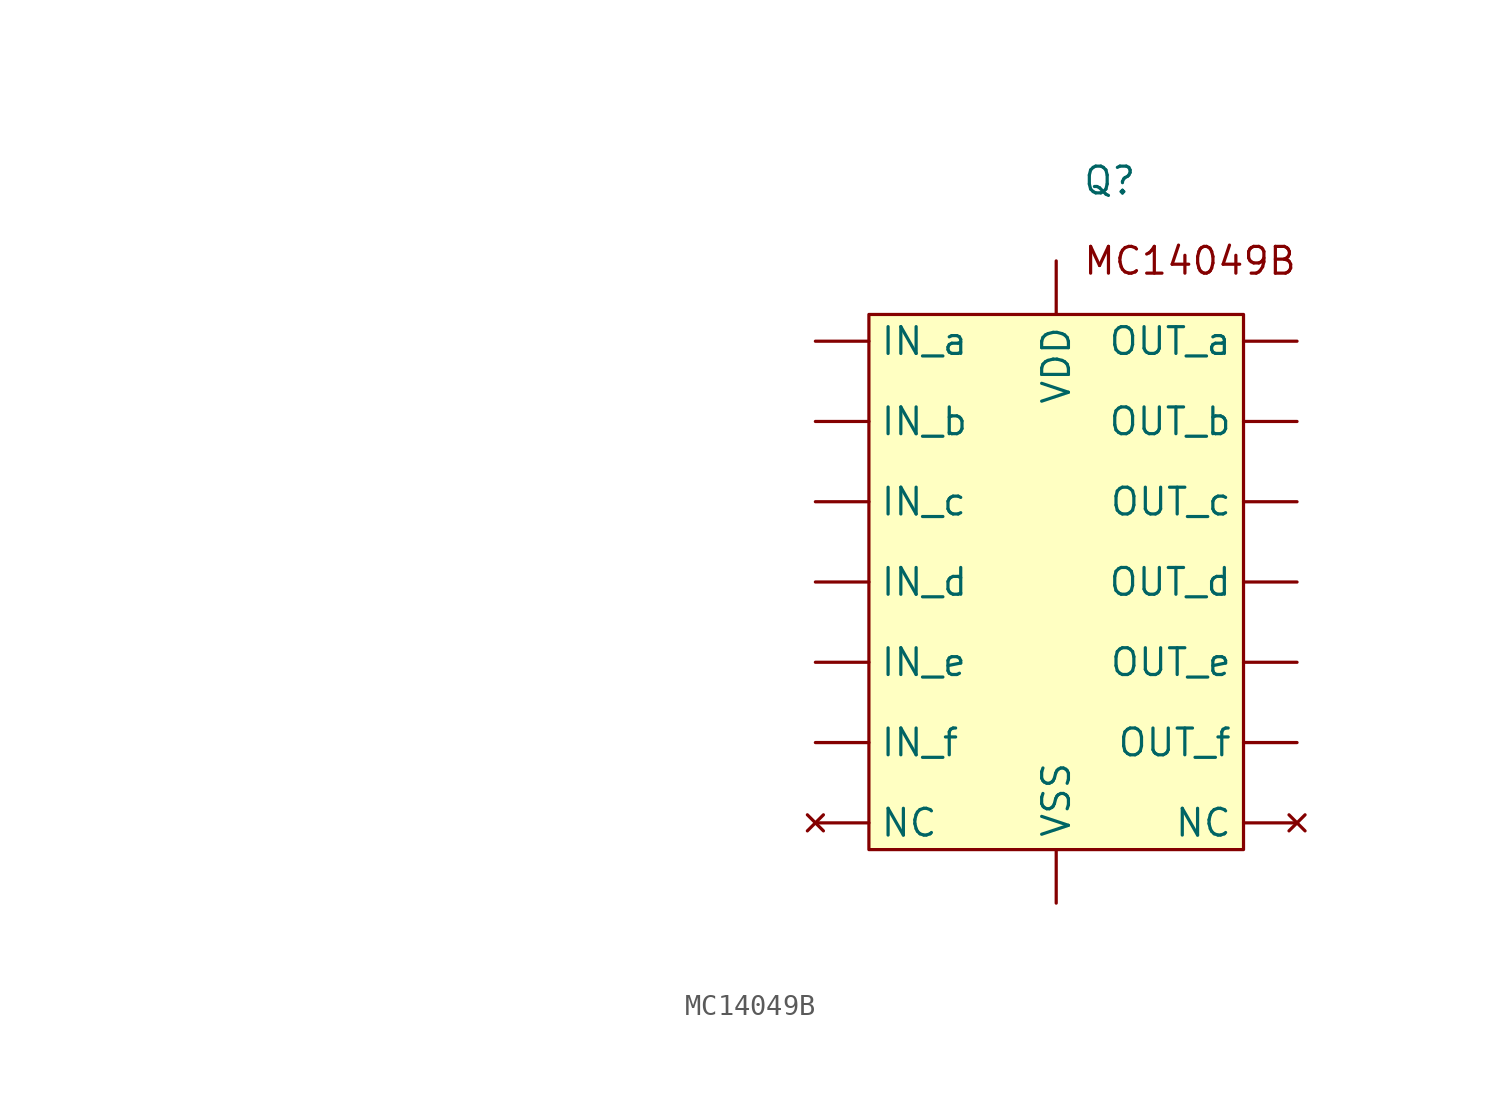
<source format=kicad_sym>
(kicad_symbol_lib
  (version 20220914)
  (generator kicad_symbol_editor)
  (symbol "MC14049B"
    (property "Reference" "Q"
      (at 2.54 19.05 0)
      (effects (font (size 1.27 1.27))))
    (property "Value" ""
      (at -40.64 5.08 0)
      (effects (font (size 1.27 1.27))))
    (symbol "MC14049B_1_1"
      (rectangle (start -8.89 12.7) (end 8.89 -12.7) (stroke (width 0) (type default)) (fill (type background)))
      (text "MC14049B" (at 6.35 15.24 0) (effects (font (size 1.27 1.27))))
      (pin input line (at -11.43 11.43 0) (length 2.54) (name "IN_a" (effects (font (size 1.27 1.27)))) (number "" (effects (font (size 1.27 1.27)))))
      (pin input line (at -11.43 7.62 0) (length 2.54) (name "IN_b" (effects (font (size 1.27 1.27)))) (number "" (effects (font (size 1.27 1.27)))))
      (pin input line (at -11.43 3.81 0) (length 2.54) (name "IN_c" (effects (font (size 1.27 1.27)))) (number "" (effects (font (size 1.27 1.27)))))
      (pin input line (at -11.43 0 0) (length 2.54) (name "IN_d" (effects (font (size 1.27 1.27)))) (number "" (effects (font (size 1.27 1.27)))))
      (pin input line (at -11.43 -3.81 0) (length 2.54) (name "IN_e" (effects (font (size 1.27 1.27)))) (number "" (effects (font (size 1.27 1.27)))))
      (pin input line (at -11.43 -7.62 0) (length 2.54) (name "IN_f" (effects (font (size 1.27 1.27)))) (number "" (effects (font (size 1.27 1.27)))))
      (pin no_connect line (at -11.43 -11.43 0) (length 2.54) (name "NC" (effects (font (size 1.27 1.27)))) (number "" (effects (font (size 1.27 1.27)))))
      (pin no_connect line (at 11.43 -11.43 180) (length 2.54) (name "NC" (effects (font (size 1.27 1.27)))) (number "" (effects (font (size 1.27 1.27)))))
      (pin output line (at 11.43 11.43 180) (length 2.54) (name "OUT_a" (effects (font (size 1.27 1.27)))) (number "" (effects (font (size 1.27 1.27)))))
      (pin output line (at 11.43 7.62 180) (length 2.54) (name "OUT_b" (effects (font (size 1.27 1.27)))) (number "" (effects (font (size 1.27 1.27)))))
      (pin output line (at 11.43 3.81 180) (length 2.54) (name "OUT_c" (effects (font (size 1.27 1.27)))) (number "" (effects (font (size 1.27 1.27)))))
      (pin output line (at 11.43 0 180) (length 2.54) (name "OUT_d" (effects (font (size 1.27 1.27)))) (number "" (effects (font (size 1.27 1.27)))))
      (pin output line (at 11.43 -3.81 180) (length 2.54) (name "OUT_e" (effects (font (size 1.27 1.27)))) (number "" (effects (font (size 1.27 1.27)))))
      (pin output line (at 11.43 -7.62 180) (length 2.54) (name "OUT_f" (effects (font (size 1.27 1.27)))) (number "" (effects (font (size 1.27 1.27)))))
      (pin input line (at 0 15.24 270) (length 2.54) (name "VDD" (effects (font (size 1.27 1.27)))) (number "" (effects (font (size 1.27 1.27)))))
      (pin input line (at 0 -15.24 90) (length 2.54) (name "VSS" (effects (font (size 1.27 1.27)))) (number "" (effects (font (size 1.27 1.27))))))))
</source>
